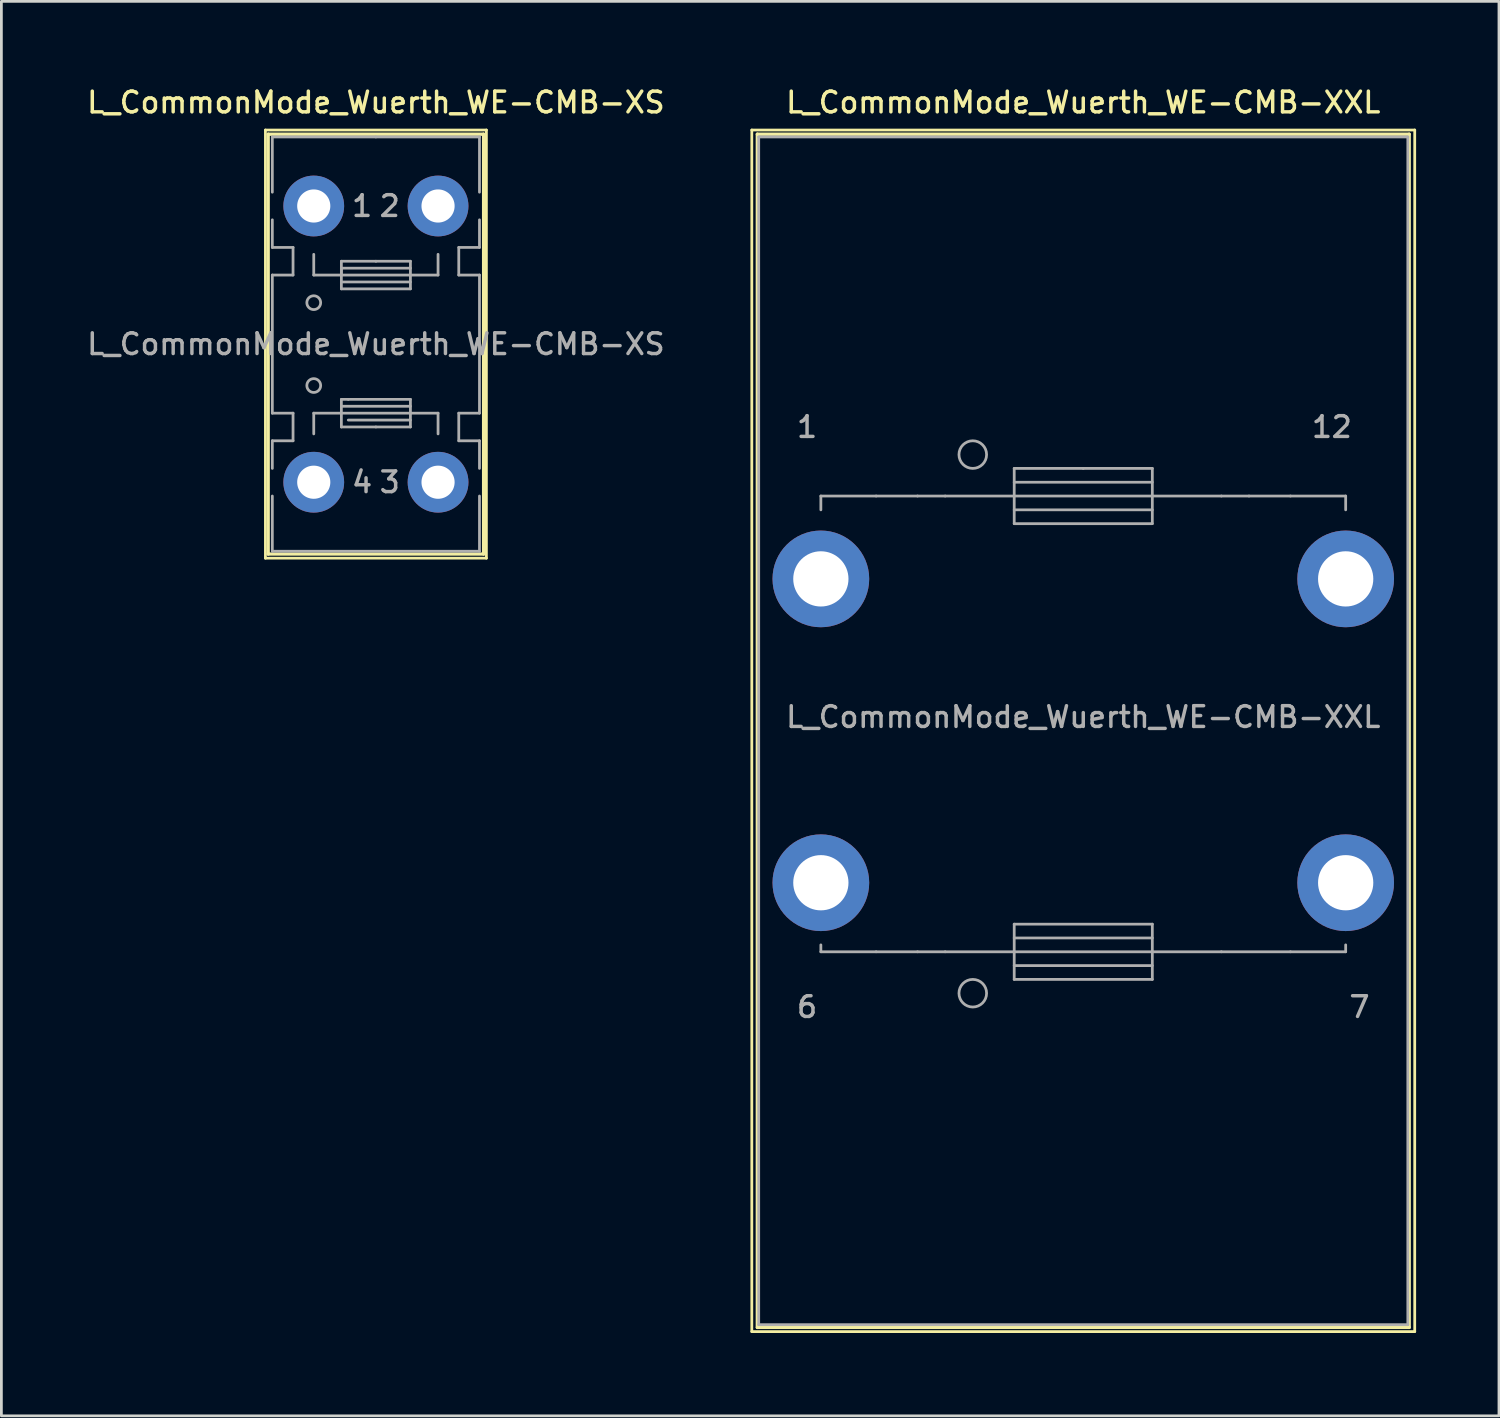
<source format=kicad_pcb>
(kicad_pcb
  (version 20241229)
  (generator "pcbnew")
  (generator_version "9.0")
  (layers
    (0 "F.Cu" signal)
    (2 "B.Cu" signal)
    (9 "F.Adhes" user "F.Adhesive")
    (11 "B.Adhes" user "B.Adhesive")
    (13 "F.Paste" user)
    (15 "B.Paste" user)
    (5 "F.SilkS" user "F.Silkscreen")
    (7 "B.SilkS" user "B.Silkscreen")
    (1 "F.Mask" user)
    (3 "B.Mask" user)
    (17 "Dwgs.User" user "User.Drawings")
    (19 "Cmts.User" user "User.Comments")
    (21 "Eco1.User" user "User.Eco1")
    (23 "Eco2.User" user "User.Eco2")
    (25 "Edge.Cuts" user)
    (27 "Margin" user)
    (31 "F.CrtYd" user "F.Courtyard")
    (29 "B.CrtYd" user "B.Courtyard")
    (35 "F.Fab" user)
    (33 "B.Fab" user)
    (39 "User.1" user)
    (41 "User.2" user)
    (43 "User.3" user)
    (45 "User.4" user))
  (footprint "L_CommonMode_Wuerth_WE-CMB-XXL"
    (layer "F.Cu")
    (at 26.668 17.908)
    (property "Reference" "L_CommonMode_Wuerth_WE-CMB-XXL" (at 9.5 -17.25 0) (layer "F.SilkS") (effects (font (size 0.75 0.75) (thickness 0.125))))
    (attr through_hole)
    (fp_line (start -2.5 -16.25) (end 21.5 -16.25) (stroke (width 0.1) (type solid)) (layer "F.SilkS"))
    (fp_line (start -2.5 27.25) (end -2.5 -16.25) (stroke (width 0.1) (type solid)) (layer "F.SilkS"))
    (fp_line (start -2.3 -16.1) (end 21.3 -16.1) (stroke (width 0.12) (type solid)) (layer "F.SilkS"))
    (fp_line (start -2.3 27.1) (end -2.3 -16.1) (stroke (width 0.12) (type solid)) (layer "F.SilkS"))
    (fp_line (start 21.3 -16.1) (end 21.3 27.1) (stroke (width 0.12) (type solid)) (layer "F.SilkS"))
    (fp_line (start 21.3 27.1) (end -2.3 27.1) (stroke (width 0.12) (type solid)) (layer "F.SilkS"))
    (fp_line (start 21.5 -16.25) (end 21.5 27.25) (stroke (width 0.1) (type solid)) (layer "F.SilkS"))
    (fp_line (start 21.5 27.25) (end -2.5 27.25) (stroke (width 0.1) (type solid)) (layer "F.SilkS"))
    (fp_line (start -2.25 -16) (end -2.25 27) (stroke (width 0.1) (type solid)) (layer "F.Fab"))
    (fp_line (start -2.25 27) (end 21.25 27) (stroke (width 0.1) (type solid)) (layer "F.Fab"))
    (fp_line (start 0 -3) (end 0 -2.5) (stroke (width 0.1) (type solid)) (layer "F.Fab"))
    (fp_line (start 0 13.5) (end 0 13.25) (stroke (width 0.1) (type solid)) (layer "F.Fab"))
    (fp_line (start 2 -3) (end 0 -3) (stroke (width 0.1) (type solid)) (layer "F.Fab"))
    (fp_line (start 2 13.5) (end 0 13.5) (stroke (width 0.1) (type solid)) (layer "F.Fab"))
    (fp_line (start 3.5 -3) (end 2 -3) (stroke (width 0.1) (type solid)) (layer "F.Fab"))
    (fp_line (start 3.5 13.5) (end 2 13.5) (stroke (width 0.1) (type solid)) (layer "F.Fab"))
    (fp_line (start 4.5 -3) (end 3.5 -3) (stroke (width 0.1) (type solid)) (layer "F.Fab"))
    (fp_line (start 4.5 13.5) (end 3.5 13.5) (stroke (width 0.1) (type solid)) (layer "F.Fab"))
    (fp_line (start 4.5 13.5) (end 7 13.5) (stroke (width 0.1) (type solid)) (layer "F.Fab"))
    (fp_line (start 7 -4) (end 9.5 -4) (stroke (width 0.1) (type solid)) (layer "F.Fab"))
    (fp_line (start 7 -3) (end 4.5 -3) (stroke (width 0.1) (type solid)) (layer "F.Fab"))
    (fp_line (start 7 -3) (end 12 -3) (stroke (width 0.1) (type solid)) (layer "F.Fab"))
    (fp_line (start 7 -2.5) (end 12 -2.5) (stroke (width 0.1) (type solid)) (layer "F.Fab"))
    (fp_line (start 7 -2) (end 7 -4) (stroke (width 0.1) (type solid)) (layer "F.Fab"))
    (fp_line (start 7 12.5) (end 12 12.5) (stroke (width 0.1) (type solid)) (layer "F.Fab"))
    (fp_line (start 7 14) (end 12 14) (stroke (width 0.1) (type solid)) (layer "F.Fab"))
    (fp_line (start 7 14.5) (end 7 12.5) (stroke (width 0.1) (type solid)) (layer "F.Fab"))
    (fp_line (start 9.5 -4) (end 12 -4) (stroke (width 0.1) (type solid)) (layer "F.Fab"))
    (fp_line (start 12 -4) (end 12 -2) (stroke (width 0.1) (type solid)) (layer "F.Fab"))
    (fp_line (start 12 -3.5) (end 7 -3.5) (stroke (width 0.1) (type solid)) (layer "F.Fab"))
    (fp_line (start 12 -3) (end 14.5 -3) (stroke (width 0.1) (type solid)) (layer "F.Fab"))
    (fp_line (start 12 -2) (end 7 -2) (stroke (width 0.1) (type solid)) (layer "F.Fab"))
    (fp_line (start 12 12.5) (end 12 14.5) (stroke (width 0.1) (type solid)) (layer "F.Fab"))
    (fp_line (start 12 13) (end 7 13) (stroke (width 0.1) (type solid)) (layer "F.Fab"))
    (fp_line (start 12 13.5) (end 7 13.5) (stroke (width 0.1) (type solid)) (layer "F.Fab"))
    (fp_line (start 12 14.5) (end 7 14.5) (stroke (width 0.1) (type solid)) (layer "F.Fab"))
    (fp_line (start 14.5 -3) (end 15.5 -3) (stroke (width 0.1) (type solid)) (layer "F.Fab"))
    (fp_line (start 14.5 13.5) (end 12 13.5) (stroke (width 0.1) (type solid)) (layer "F.Fab"))
    (fp_line (start 14.5 13.5) (end 17 13.5) (stroke (width 0.1) (type solid)) (layer "F.Fab"))
    (fp_line (start 15.5 -3) (end 17 -3) (stroke (width 0.1) (type solid)) (layer "F.Fab"))
    (fp_line (start 17 -3) (end 19 -3) (stroke (width 0.1) (type solid)) (layer "F.Fab"))
    (fp_line (start 17 13.5) (end 19 13.5) (stroke (width 0.1) (type solid)) (layer "F.Fab"))
    (fp_line (start 19 -3) (end 19 -2.5) (stroke (width 0.1) (type solid)) (layer "F.Fab"))
    (fp_line (start 19 13.5) (end 19 13.25) (stroke (width 0.1) (type solid)) (layer "F.Fab"))
    (fp_line (start 21.25 -16) (end -2.25 -16) (stroke (width 0.1) (type solid)) (layer "F.Fab"))
    (fp_line (start 21.25 27) (end 21.25 -16) (stroke (width 0.1) (type solid)) (layer "F.Fab"))
    (fp_circle (center 5.5 -4.5) (end 6 -4.5) (stroke (width 0.1) (type solid)) (fill no) (layer "F.Fab"))
    (fp_circle (center 5.5 15) (end 6 15) (stroke (width 0.1) (type solid)) (fill no) (layer "F.Fab"))
    (fp_text user "7" (at 19.5 15.5 0) (layer "F.Fab") (effects (font (size 0.75 0.75) (thickness 0.125))))
    (fp_text user "${REFERENCE}" (at 9.5 5 0) (layer "F.Fab") (effects (font (size 0.75 0.75) (thickness 0.125))))
    (fp_text user "1" (at -0.5 -5.5 0) (layer "F.Fab") (effects (font (size 0.75 0.75) (thickness 0.125))))
    (fp_text user "6" (at -0.5 15.5 0) (layer "F.Fab") (effects (font (size 0.75 0.75) (thickness 0.125))))
    (fp_text user "12" (at 18.5 -5.5 0) (layer "F.Fab") (effects (font (size 0.75 0.75) (thickness 0.125))))
    (pad "1" thru_hole circle (at 0 0) (size 3.5 3.5) (drill 2) (layers "*.Cu" "*.Mask"))
    (pad "6" thru_hole circle (at 0 11) (size 3.5 3.5) (drill 2) (layers "*.Cu" "*.Mask"))
    (pad "7" thru_hole circle (at 19 11) (size 3.5 3.5) (drill 2) (layers "*.Cu" "*.Mask"))
    (pad "12" thru_hole circle (at 19 0) (size 3.5 3.5) (drill 2) (layers "*.Cu" "*.Mask")))
  (footprint "L_CommonMode_Wuerth_WE-CMB-XS"
    (layer "F.Cu")
    (at 8.309 4.408)
    (property "Reference" "L_CommonMode_Wuerth_WE-CMB-XS" (at 2.25 -3.75 0) (layer "F.SilkS") (effects (font (size 0.75 0.75) (thickness 0.125))))
    (attr through_hole)
    (fp_line (start -1.75 -2.75) (end -1.75 12.75) (stroke (width 0.1) (type solid)) (layer "F.SilkS"))
    (fp_line (start -1.75 12.75) (end 6.25 12.75) (stroke (width 0.1) (type solid)) (layer "F.SilkS"))
    (fp_line (start -1.65 -2.6) (end -1.65 12.6) (stroke (width 0.12) (type solid)) (layer "F.SilkS"))
    (fp_line (start -1.65 12.6) (end 6.15 12.6) (stroke (width 0.12) (type solid)) (layer "F.SilkS"))
    (fp_line (start 6.15 -2.6) (end -1.65 -2.6) (stroke (width 0.12) (type solid)) (layer "F.SilkS"))
    (fp_line (start 6.15 12.6) (end 6.15 -2.6) (stroke (width 0.12) (type solid)) (layer "F.SilkS"))
    (fp_line (start 6.25 -2.75) (end -1.75 -2.75) (stroke (width 0.1) (type solid)) (layer "F.SilkS"))
    (fp_line (start 6.25 12.75) (end 6.25 -2.75) (stroke (width 0.1) (type solid)) (layer "F.SilkS"))
    (fp_line (start -1.5 -2.5) (end 2.25 -2.5) (stroke (width 0.1) (type solid)) (layer "F.Fab"))
    (fp_line (start -1.5 -0.5) (end -1.5 -2.5) (stroke (width 0.1) (type solid)) (layer "F.Fab"))
    (fp_line (start -1.5 1.5) (end -1.5 0.5) (stroke (width 0.1) (type solid)) (layer "F.Fab"))
    (fp_line (start -1.5 2.5) (end -0.75 2.5) (stroke (width 0.1) (type solid)) (layer "F.Fab"))
    (fp_line (start -1.5 7.5) (end -1.5 2.5) (stroke (width 0.1) (type solid)) (layer "F.Fab"))
    (fp_line (start -1.5 8.5) (end -0.75 8.5) (stroke (width 0.1) (type solid)) (layer "F.Fab"))
    (fp_line (start -1.5 9.5) (end -1.5 8.5) (stroke (width 0.1) (type solid)) (layer "F.Fab"))
    (fp_line (start -1.5 12.5) (end -1.5 10.5) (stroke (width 0.1) (type solid)) (layer "F.Fab"))
    (fp_line (start -0.75 1.5) (end -1.5 1.5) (stroke (width 0.1) (type solid)) (layer "F.Fab"))
    (fp_line (start -0.75 2.5) (end -0.75 1.5) (stroke (width 0.1) (type solid)) (layer "F.Fab"))
    (fp_line (start -0.75 7.5) (end -1.5 7.5) (stroke (width 0.1) (type solid)) (layer "F.Fab"))
    (fp_line (start -0.75 8.5) (end -0.75 7.5) (stroke (width 0.1) (type solid)) (layer "F.Fab"))
    (fp_line (start 0 2.5) (end 0 1.75) (stroke (width 0.1) (type solid)) (layer "F.Fab"))
    (fp_line (start 0 7.5) (end 0 8.25) (stroke (width 0.1) (type solid)) (layer "F.Fab"))
    (fp_line (start 1 2) (end 2.25 2) (stroke (width 0.1) (type solid)) (layer "F.Fab"))
    (fp_line (start 1 2.25) (end 1 2.5) (stroke (width 0.1) (type solid)) (layer "F.Fab"))
    (fp_line (start 1 2.5) (end 0 2.5) (stroke (width 0.1) (type solid)) (layer "F.Fab"))
    (fp_line (start 1 2.75) (end 3.5 2.75) (stroke (width 0.1) (type solid)) (layer "F.Fab"))
    (fp_line (start 1 3) (end 1 2) (stroke (width 0.1) (type solid)) (layer "F.Fab"))
    (fp_line (start 1 7) (end 1 8) (stroke (width 0.1) (type solid)) (layer "F.Fab"))
    (fp_line (start 1 7.5) (end 0 7.5) (stroke (width 0.1) (type solid)) (layer "F.Fab"))
    (fp_line (start 1 8) (end 2.25 8) (stroke (width 0.1) (type solid)) (layer "F.Fab"))
    (fp_line (start 1.25 7) (end 1 7) (stroke (width 0.1) (type solid)) (layer "F.Fab"))
    (fp_line (start 2.25 -2.5) (end 6 -2.5) (stroke (width 0.1) (type solid)) (layer "F.Fab"))
    (fp_line (start 2.25 2) (end 3.5 2) (stroke (width 0.1) (type solid)) (layer "F.Fab"))
    (fp_line (start 2.25 8) (end 3.5 8) (stroke (width 0.1) (type solid)) (layer "F.Fab"))
    (fp_line (start 3.5 2) (end 3.5 3) (stroke (width 0.1) (type solid)) (layer "F.Fab"))
    (fp_line (start 3.5 2.25) (end 1 2.25) (stroke (width 0.1) (type solid)) (layer "F.Fab"))
    (fp_line (start 3.5 2.5) (end 1 2.5) (stroke (width 0.1) (type solid)) (layer "F.Fab"))
    (fp_line (start 3.5 2.5) (end 4.5 2.5) (stroke (width 0.1) (type solid)) (layer "F.Fab"))
    (fp_line (start 3.5 3) (end 1 3) (stroke (width 0.1) (type solid)) (layer "F.Fab"))
    (fp_line (start 3.5 7) (end 1.25 7) (stroke (width 0.1) (type solid)) (layer "F.Fab"))
    (fp_line (start 3.5 7.25) (end 1 7.25) (stroke (width 0.1) (type solid)) (layer "F.Fab"))
    (fp_line (start 3.5 7.5) (end 1 7.5) (stroke (width 0.1) (type solid)) (layer "F.Fab"))
    (fp_line (start 3.5 7.5) (end 4.5 7.5) (stroke (width 0.1) (type solid)) (layer "F.Fab"))
    (fp_line (start 3.5 7.75) (end 1.25 7.75) (stroke (width 0.1) (type solid)) (layer "F.Fab"))
    (fp_line (start 3.5 8) (end 3.5 7) (stroke (width 0.1) (type solid)) (layer "F.Fab"))
    (fp_line (start 4.5 2.5) (end 4.5 1.75) (stroke (width 0.1) (type solid)) (layer "F.Fab"))
    (fp_line (start 4.5 7.5) (end 4.5 8.25) (stroke (width 0.1) (type solid)) (layer "F.Fab"))
    (fp_line (start 5.25 1.5) (end 5.25 2.5) (stroke (width 0.1) (type solid)) (layer "F.Fab"))
    (fp_line (start 5.25 2.5) (end 6 2.5) (stroke (width 0.1) (type solid)) (layer "F.Fab"))
    (fp_line (start 5.25 7.5) (end 5.25 8.5) (stroke (width 0.1) (type solid)) (layer "F.Fab"))
    (fp_line (start 5.25 8.5) (end 6 8.5) (stroke (width 0.1) (type solid)) (layer "F.Fab"))
    (fp_line (start 6 -2.5) (end 6 -0.5) (stroke (width 0.1) (type solid)) (layer "F.Fab"))
    (fp_line (start 6 0.5) (end 6 1.5) (stroke (width 0.1) (type solid)) (layer "F.Fab"))
    (fp_line (start 6 1.5) (end 5.25 1.5) (stroke (width 0.1) (type solid)) (layer "F.Fab"))
    (fp_line (start 6 2.5) (end 6 7.5) (stroke (width 0.1) (type solid)) (layer "F.Fab"))
    (fp_line (start 6 7.5) (end 5.25 7.5) (stroke (width 0.1) (type solid)) (layer "F.Fab"))
    (fp_line (start 6 8.5) (end 6 9.5) (stroke (width 0.1) (type solid)) (layer "F.Fab"))
    (fp_line (start 6 10.5) (end 6 12.5) (stroke (width 0.1) (type solid)) (layer "F.Fab"))
    (fp_line (start 6 12.5) (end -1.5 12.5) (stroke (width 0.1) (type solid)) (layer "F.Fab"))
    (fp_circle (center 0 3.5) (end 0.25 3.5) (stroke (width 0.1) (type solid)) (fill no) (layer "F.Fab"))
    (fp_circle (center 0 6.5) (end 0 6.25) (stroke (width 0.1) (type solid)) (fill no) (layer "F.Fab"))
    (fp_text user "1" (at 1.75 0 0) (layer "F.Fab") (effects (font (size 0.75 0.75) (thickness 0.125))))
    (fp_text user "4" (at 1.75 10 0) (layer "F.Fab") (effects (font (size 0.75 0.75) (thickness 0.125))))
    (fp_text user "${REFERENCE}" (at 2.25 5 0) (layer "F.Fab") (effects (font (size 0.75 0.75) (thickness 0.125))))
    (fp_text user "3" (at 2.75 10 0) (layer "F.Fab") (effects (font (size 0.75 0.75) (thickness 0.125))))
    (fp_text user "2" (at 2.75 0 0) (layer "F.Fab") (effects (font (size 0.75 0.75) (thickness 0.125))))
    (pad "1" thru_hole circle (at 0 0) (size 2.2 2.2) (drill 1.2) (layers "*.Cu" "*.Mask"))
    (pad "2" thru_hole circle (at 4.5 0) (size 2.2 2.2) (drill 1.2) (layers "*.Cu" "*.Mask"))
    (pad "3" thru_hole circle (at 4.5 10) (size 2.2 2.2) (drill 1.2) (layers "*.Cu" "*.Mask"))
    (pad "4" thru_hole circle (at 0 10) (size 2.2 2.2) (drill 1.2) (layers "*.Cu" "*.Mask")))
  (gr_rect
    (start -3 -3)
    (end 51.218 48.208)
    (stroke (width 0.1) (type default))
    (fill no)
    (layer "Edge.Cuts")))
</source>
